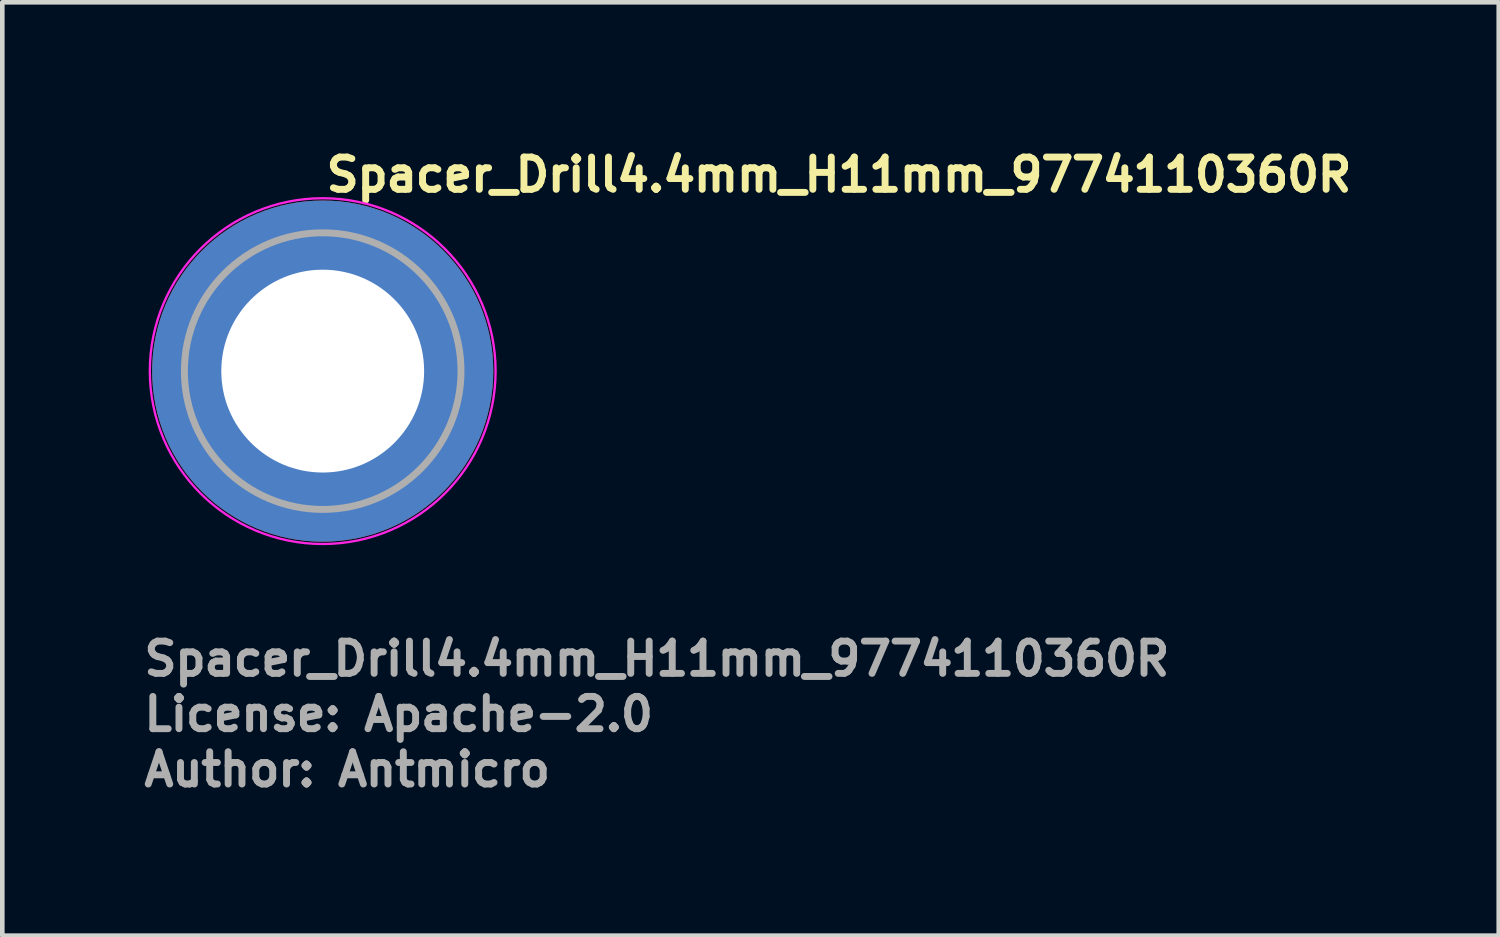
<source format=kicad_pcb>
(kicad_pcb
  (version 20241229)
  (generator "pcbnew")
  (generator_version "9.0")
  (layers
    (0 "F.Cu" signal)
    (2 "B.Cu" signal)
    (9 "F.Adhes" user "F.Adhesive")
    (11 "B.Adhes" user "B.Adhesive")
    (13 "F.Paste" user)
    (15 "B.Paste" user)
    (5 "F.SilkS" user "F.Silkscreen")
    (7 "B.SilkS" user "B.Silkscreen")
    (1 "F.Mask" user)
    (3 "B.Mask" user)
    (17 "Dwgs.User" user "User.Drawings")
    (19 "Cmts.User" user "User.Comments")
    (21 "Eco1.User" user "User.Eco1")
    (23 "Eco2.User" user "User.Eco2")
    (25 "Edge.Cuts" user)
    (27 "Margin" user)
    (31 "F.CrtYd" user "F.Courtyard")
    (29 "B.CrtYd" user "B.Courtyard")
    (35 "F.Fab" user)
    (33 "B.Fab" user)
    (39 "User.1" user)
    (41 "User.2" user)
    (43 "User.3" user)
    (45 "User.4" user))
  (footprint "Spacer_Drill4.4mm_H11mm_9774110360R"
    (layer "F.Cu")
    (at 3.95 5)
    (property "Reference" "Spacer_Drill4.4mm_H11mm_9774110360R" (at 0 -3.85 0) (layer "F.SilkS") (effects (font (size 0.7 0.7) (thickness 0.15)) (justify left bottom)))
    (attr smd)
    (fp_circle (center 0 0) (end 3.75 0) (stroke (width 0.05) (type solid)) (fill no) (layer "F.CrtYd"))
    (fp_circle (center 0 0) (end 3 0) (stroke (width 0.15) (type solid)) (fill no) (layer "F.Fab"))
    (fp_circle (center 0 0) (end 1.2 0) (stroke (width 0.02) (type default)) (fill no) (layer "User.9"))
    (fp_circle (center 0 0) (end 3 0) (stroke (width 0.02) (type default)) (fill no) (layer "User.9"))
    (fp_text user "License: Apache-2.0" (at -3.95 7.85 0) (layer "F.Fab") (effects (font (size 0.7 0.7) (thickness 0.15)) (justify left bottom)))
    (fp_text user "${REFERENCE}" (at -3.95 6.65 0) (layer "F.Fab") (effects (font (size 0.7 0.7) (thickness 0.15)) (justify left bottom)))
    (fp_text user "Author: Antmicro" (at -3.95 9.05 0) (layer "F.Fab") (effects (font (size 0.7 0.7) (thickness 0.15)) (justify left bottom)))
    (pad "" smd custom (at -2.1 -2.1) (size 0.7 0.7) (layers "F.Paste") (options (anchor circle)) (primitives (gr_arc (start -0.377294 1.707681) (mid 0.317578 0.318818) (end 1.705945 -0.377044) (width 0.2)) (gr_arc (start -0.478281 1.707681) (mid 0.244583 0.250396) (end 1.699539 -0.477144) (width 0.2)) (gr_arc (start -0.579192 1.707681) (mid 0.173852 0.179706) (end 1.699475 -0.57809) (width 0.2)) (gr_arc (start -0.680037 1.707681) (mid 0.102165 0.109975) (end 1.696729 -0.678615) (width 0.2)) (gr_arc (start -0.780822 1.707681) (mid 0.031098 0.039621) (end 1.695722 -0.779322) (width 0.2)) (gr_arc (start -0.881554 1.707681) (mid -0.041167 -0.029528) (end 1.691343 -0.879562) (width 0.2)) (gr_arc (start -0.982237 1.707681) (mid -0.109168 -0.10296) (end 1.69896 -0.98122) (width 0.2)) (gr_arc (start -1.082877 1.707681) (mid -0.184209 -0.16932) (end 1.686763 -1.080475) (width 0.2)) (gr_arc (start -1.183476 1.707681) (mid -0.252982 -0.241979) (end 1.692214 -1.181768) (width 0.2)) (gr_arc (start -1.28404 1.707681) (mid -0.319065 -0.317332) (end 1.705244 -1.283783) (width 0.2)) (gr_line (start 1.708 -0.377) (end 1.708 -1.284) (width 0.2)) (gr_line (start -0.377 1.708) (end -1.284 1.708) (width 0.2))))
    (pad "" smd custom (at -2.1 2.1) (size 0.7 0.7) (layers "F.Paste") (options (anchor circle)) (primitives (gr_arc (start 1.707681 0.377294) (mid 0.318818 -0.317578) (end -0.377044 -1.705945) (width 0.2)) (gr_arc (start 1.707681 0.478281) (mid 0.250396 -0.244583) (end -0.477144 -1.699539) (width 0.2)) (gr_arc (start 1.707681 0.579192) (mid 0.179706 -0.173852) (end -0.57809 -1.699475) (width 0.2)) (gr_arc (start 1.707681 0.680037) (mid 0.109975 -0.102165) (end -0.678615 -1.696729) (width 0.2)) (gr_arc (start 1.707681 0.780822) (mid 0.039621 -0.031098) (end -0.779322 -1.695722) (width 0.2)) (gr_arc (start 1.707681 0.881554) (mid -0.029528 0.041167) (end -0.879562 -1.691343) (width 0.2)) (gr_arc (start 1.707681 0.982237) (mid -0.10485 0.107282) (end -0.981842 -1.704264) (width 0.2)) (gr_arc (start 1.707681 1.082877) (mid -0.169319 0.18421) (end -1.080475 -1.686759) (width 0.2)) (gr_arc (start 1.707681 1.183476) (mid -0.241979 0.252982) (end -1.181768 -1.692214) (width 0.2)) (gr_arc (start 1.707681 1.28404) (mid -0.315258 0.321134) (end -1.283164 -1.699417) (width 0.2)) (gr_line (start -0.377 -1.708) (end -1.284 -1.708) (width 0.2)) (gr_line (start 1.708 0.377) (end 1.708 1.284) (width 0.2))))
    (pad "" smd custom (at 2.1 -2.1) (size 0.7 0.7) (layers "F.Paste") (options (anchor circle)) (primitives (gr_arc (start -1.707681 -0.377294) (mid -0.318817 0.317579) (end 0.377044 1.705947) (width 0.2)) (gr_arc (start -1.707681 -0.478281) (mid -0.248815 0.24616) (end 0.477764 1.703961) (width 0.2)) (gr_arc (start -1.707681 -0.579192) (mid -0.182997 0.170578) (end 0.576824 1.690278) (width 0.2)) (gr_arc (start -1.707681 -0.680037) (mid -0.113388 0.098771) (end 0.67734 1.687185) (width 0.2)) (gr_arc (start -1.707681 -0.780822) (mid -0.039621 0.031098) (end 0.779322 1.695722) (width 0.2)) (gr_arc (start -1.707681 -0.881554) (mid 0.031359 -0.039345) (end 0.880198 1.696469) (width 0.2)) (gr_arc (start -1.707681 -0.982237) (mid 0.101068 -0.111053) (end 0.98059 1.693657) (width 0.2)) (gr_arc (start -1.707681 -1.082877) (mid 0.16932 -0.184209) (end 1.080475 1.686763) (width 0.2)) (gr_arc (start -1.707681 -1.183476) (mid 0.243995 -0.250974) (end 1.182402 1.69787) (width 0.2)) (gr_arc (start -1.707681 -1.28404) (mid 0.315257 -0.321134) (end 1.283162 1.699417) (width 0.2)) (gr_line (start 0.377 1.708) (end 1.284 1.708) (width 0.2)) (gr_line (start -1.708 -0.377) (end -1.708 -1.284) (width 0.2))))
    (pad "" smd custom (at 2.1 2.1) (size 0.7 0.7) (layers "F.Paste") (options (anchor circle)) (primitives (gr_arc (start 0.377294 -1.707681) (mid -0.317579 -0.318817) (end -1.705947 0.377044) (width 0.2)) (gr_arc (start 0.478281 -1.707681) (mid -0.24616 -0.248815) (end -1.703961 0.477764) (width 0.2)) (gr_arc (start 0.579192 -1.707681) (mid -0.170578 -0.182997) (end -1.690278 0.576824) (width 0.2)) (gr_arc (start 0.680037 -1.707681) (mid -0.098771 -0.113388) (end -1.687185 0.67734) (width 0.2)) (gr_arc (start 0.780822 -1.707681) (mid -0.031098 -0.039621) (end -1.695722 0.779322) (width 0.2)) (gr_arc (start 0.881554 -1.707681) (mid 0.039345 0.031359) (end -1.696469 0.880198) (width 0.2)) (gr_arc (start 0.982237 -1.707681) (mid 0.111053 0.101068) (end -1.693657 0.98059) (width 0.2)) (gr_arc (start 1.082877 -1.707681) (mid 0.184209 0.16932) (end -1.686763 1.080475) (width 0.2)) (gr_arc (start 1.183476 -1.707681) (mid 0.250974 0.243995) (end -1.69787 1.182402) (width 0.2)) (gr_arc (start 1.28404 -1.707681) (mid 0.321134 0.315257) (end -1.699417 1.283162) (width 0.2)) (gr_line (start -1.708 0.377) (end -1.708 1.284) (width 0.2)) (gr_line (start 0.377 -1.708) (end 1.284 -1.708) (width 0.2))))
    (pad "1" thru_hole circle (at 0 0) (size 7.4 7.4) (drill 4.4) (layers "*.Cu" "*.Mask")))
  (gr_rect
    (start -3 -3)
    (end 29.46 17.245)
    (stroke (width 0.1) (type default))
    (fill no)
    (layer "Edge.Cuts")))
</source>
